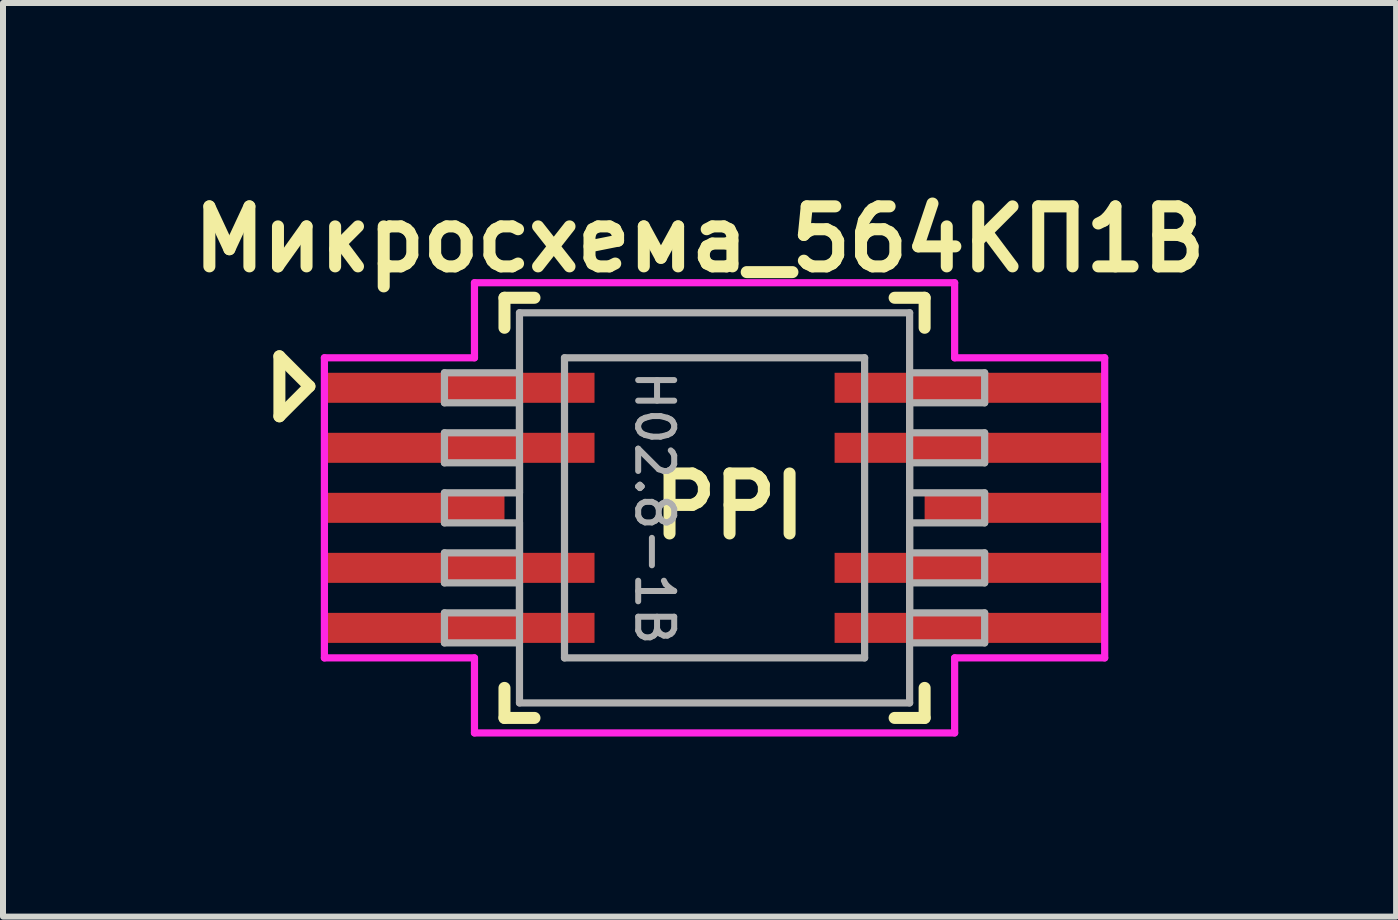
<source format=kicad_pcb>
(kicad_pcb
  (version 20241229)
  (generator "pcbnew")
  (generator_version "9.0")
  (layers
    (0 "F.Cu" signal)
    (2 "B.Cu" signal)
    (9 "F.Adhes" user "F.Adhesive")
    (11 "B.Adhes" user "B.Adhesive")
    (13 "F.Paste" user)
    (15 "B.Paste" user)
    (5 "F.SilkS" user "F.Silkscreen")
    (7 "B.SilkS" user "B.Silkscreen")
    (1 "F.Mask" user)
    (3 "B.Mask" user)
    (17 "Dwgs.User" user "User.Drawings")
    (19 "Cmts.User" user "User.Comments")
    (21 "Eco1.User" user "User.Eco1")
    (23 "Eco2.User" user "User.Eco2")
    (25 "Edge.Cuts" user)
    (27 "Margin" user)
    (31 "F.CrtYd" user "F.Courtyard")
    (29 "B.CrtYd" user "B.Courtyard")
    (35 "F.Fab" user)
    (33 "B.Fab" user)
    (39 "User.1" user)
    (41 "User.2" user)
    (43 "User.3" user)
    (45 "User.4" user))
  (footprint "Микросхема_564КП1В"
    (layer "F.Cu")
    (at 8.855 5.411)
    (property "Reference" "Микросхема_564КП1В" (at -0.25 -4.475 180) (layer "F.SilkS") (effects (font (size 1 1) (thickness 0.2))))
    (attr through_hole)
    (fp_line (start -7.25 -2.525) (end -7.25 -1.525) (stroke (width 0.2) (type solid)) (layer "F.SilkS"))
    (fp_line (start -6.75 -2.025) (end -7.25 -2.525) (stroke (width 0.2) (type solid)) (layer "F.SilkS"))
    (fp_line (start -6.75 -2.025) (end -7.25 -1.525) (stroke (width 0.2) (type solid)) (layer "F.SilkS"))
    (fp_line (start -3.5 -3.5) (end -3 -3.5) (stroke (width 0.2) (type solid)) (layer "F.SilkS"))
    (fp_line (start -3.5 -3) (end -3.5 -3.5) (stroke (width 0.2) (type solid)) (layer "F.SilkS"))
    (fp_line (start -3.5 3) (end -3.5 3.5) (stroke (width 0.2) (type solid)) (layer "F.SilkS"))
    (fp_line (start -3.5 3.5) (end -3 3.5) (stroke (width 0.2) (type solid)) (layer "F.SilkS"))
    (fp_line (start 3 -3.5) (end 3.5 -3.5) (stroke (width 0.2) (type solid)) (layer "F.SilkS"))
    (fp_line (start 3.5 -3.5) (end 3.5 -3) (stroke (width 0.2) (type solid)) (layer "F.SilkS"))
    (fp_line (start 3.5 3) (end 3.5 3.5) (stroke (width 0.2) (type solid)) (layer "F.SilkS"))
    (fp_line (start 3.5 3.5) (end 3 3.5) (stroke (width 0.2) (type solid)) (layer "F.SilkS"))
    (fp_line (start -6.5 -2.5) (end -4 -2.5) (stroke (width 0.12) (type solid)) (layer "F.CrtYd"))
    (fp_line (start -6.5 2.5) (end -6.5 -2.5) (stroke (width 0.12) (type solid)) (layer "F.CrtYd"))
    (fp_line (start -4 -3.75) (end 4 -3.75) (stroke (width 0.12) (type solid)) (layer "F.CrtYd"))
    (fp_line (start -4 -2.5) (end -4 -3.75) (stroke (width 0.12) (type solid)) (layer "F.CrtYd"))
    (fp_line (start -4 2.5) (end -6.5 2.5) (stroke (width 0.12) (type solid)) (layer "F.CrtYd"))
    (fp_line (start -4 3.75) (end -4 2.5) (stroke (width 0.12) (type solid)) (layer "F.CrtYd"))
    (fp_line (start 4 -3.75) (end 4 -2.5) (stroke (width 0.12) (type solid)) (layer "F.CrtYd"))
    (fp_line (start 4 -2.5) (end 6.5 -2.5) (stroke (width 0.12) (type solid)) (layer "F.CrtYd"))
    (fp_line (start 4 2.5) (end 4 3.75) (stroke (width 0.12) (type solid)) (layer "F.CrtYd"))
    (fp_line (start 4 3.75) (end -4 3.75) (stroke (width 0.12) (type solid)) (layer "F.CrtYd"))
    (fp_line (start 6.5 -2.5) (end 6.5 2.5) (stroke (width 0.12) (type solid)) (layer "F.CrtYd"))
    (fp_line (start 6.5 2.5) (end 4 2.5) (stroke (width 0.12) (type solid)) (layer "F.CrtYd"))
    (fp_line (start -4.5 -2.25) (end -3.25 -2.25) (stroke (width 0.12) (type solid)) (layer "F.Fab"))
    (fp_line (start -4.5 -1.75) (end -4.5 -2.25) (stroke (width 0.12) (type solid)) (layer "F.Fab"))
    (fp_line (start -4.5 -1.75) (end -3.25 -1.75) (stroke (width 0.12) (type solid)) (layer "F.Fab"))
    (fp_line (start -4.5 -1.25) (end -3.25 -1.25) (stroke (width 0.12) (type solid)) (layer "F.Fab"))
    (fp_line (start -4.5 -0.75) (end -4.5 -1.25) (stroke (width 0.12) (type solid)) (layer "F.Fab"))
    (fp_line (start -4.5 -0.75) (end -3.25 -0.75) (stroke (width 0.12) (type solid)) (layer "F.Fab"))
    (fp_line (start -4.5 -0.25) (end -3.25 -0.25) (stroke (width 0.12) (type solid)) (layer "F.Fab"))
    (fp_line (start -4.5 0.25) (end -4.5 -0.25) (stroke (width 0.12) (type solid)) (layer "F.Fab"))
    (fp_line (start -4.5 0.25) (end -3.25 0.25) (stroke (width 0.12) (type solid)) (layer "F.Fab"))
    (fp_line (start -4.5 0.75) (end -3.25 0.75) (stroke (width 0.12) (type solid)) (layer "F.Fab"))
    (fp_line (start -4.5 1.25) (end -4.5 0.75) (stroke (width 0.12) (type solid)) (layer "F.Fab"))
    (fp_line (start -4.5 1.25) (end -3.25 1.25) (stroke (width 0.12) (type solid)) (layer "F.Fab"))
    (fp_line (start -4.5 1.75) (end -3.25 1.75) (stroke (width 0.12) (type solid)) (layer "F.Fab"))
    (fp_line (start -4.5 2.25) (end -4.5 1.75) (stroke (width 0.12) (type solid)) (layer "F.Fab"))
    (fp_line (start -4.5 2.25) (end -3.25 2.25) (stroke (width 0.12) (type solid)) (layer "F.Fab"))
    (fp_line (start -3.25 -3.25) (end 3.25 -3.25) (stroke (width 0.12) (type solid)) (layer "F.Fab"))
    (fp_line (start -3.25 -1.25) (end -3.25 -1.75) (stroke (width 0.12) (type solid)) (layer "F.Fab"))
    (fp_line (start -3.25 -0.25) (end -3.25 -0.75) (stroke (width 0.12) (type solid)) (layer "F.Fab"))
    (fp_line (start -3.25 0.75) (end -3.25 0.25) (stroke (width 0.12) (type solid)) (layer "F.Fab"))
    (fp_line (start -3.25 1.75) (end -3.25 1.25) (stroke (width 0.12) (type solid)) (layer "F.Fab"))
    (fp_line (start -3.25 3.25) (end -3.25 -3.25) (stroke (width 0.12) (type solid)) (layer "F.Fab"))
    (fp_line (start -2.5 -2.5) (end -2.5 2.5) (stroke (width 0.12) (type solid)) (layer "F.Fab"))
    (fp_line (start -2.5 -2.5) (end 2.5 -2.5) (stroke (width 0.12) (type solid)) (layer "F.Fab"))
    (fp_line (start 2.5 -2.5) (end 2.5 2.5) (stroke (width 0.12) (type solid)) (layer "F.Fab"))
    (fp_line (start 2.5 2.5) (end -2.5 2.5) (stroke (width 0.12) (type solid)) (layer "F.Fab"))
    (fp_line (start 3.25 -2.25) (end 4.5 -2.25) (stroke (width 0.12) (type solid)) (layer "F.Fab"))
    (fp_line (start 3.25 -1.75) (end 4.5 -1.75) (stroke (width 0.12) (type solid)) (layer "F.Fab"))
    (fp_line (start 3.25 -1.25) (end 3.25 -1.75) (stroke (width 0.12) (type solid)) (layer "F.Fab"))
    (fp_line (start 3.25 -1.25) (end 4.5 -1.25) (stroke (width 0.12) (type solid)) (layer "F.Fab"))
    (fp_line (start 3.25 -0.75) (end 4.5 -0.75) (stroke (width 0.12) (type solid)) (layer "F.Fab"))
    (fp_line (start 3.25 -0.25) (end 3.25 -0.75) (stroke (width 0.12) (type solid)) (layer "F.Fab"))
    (fp_line (start 3.25 -0.25) (end 4.5 -0.25) (stroke (width 0.12) (type solid)) (layer "F.Fab"))
    (fp_line (start 3.25 0.25) (end 4.5 0.25) (stroke (width 0.12) (type solid)) (layer "F.Fab"))
    (fp_line (start 3.25 0.75) (end 3.25 0.25) (stroke (width 0.12) (type solid)) (layer "F.Fab"))
    (fp_line (start 3.25 0.75) (end 4.5 0.75) (stroke (width 0.12) (type solid)) (layer "F.Fab"))
    (fp_line (start 3.25 1.25) (end 4.5 1.25) (stroke (width 0.12) (type solid)) (layer "F.Fab"))
    (fp_line (start 3.25 1.75) (end 3.25 1.25) (stroke (width 0.12) (type solid)) (layer "F.Fab"))
    (fp_line (start 3.25 1.75) (end 4.5 1.75) (stroke (width 0.12) (type solid)) (layer "F.Fab"))
    (fp_line (start 3.25 2.25) (end 4.5 2.25) (stroke (width 0.12) (type solid)) (layer "F.Fab"))
    (fp_line (start 3.25 3.25) (end -3.25 3.25) (stroke (width 0.12) (type solid)) (layer "F.Fab"))
    (fp_line (start 3.25 3.25) (end 3.25 -3.25) (stroke (width 0.12) (type solid)) (layer "F.Fab"))
    (fp_line (start 4.5 -1.75) (end 4.5 -2.25) (stroke (width 0.12) (type solid)) (layer "F.Fab"))
    (fp_line (start 4.5 -0.75) (end 4.5 -1.25) (stroke (width 0.12) (type solid)) (layer "F.Fab"))
    (fp_line (start 4.5 0.25) (end 4.5 -0.25) (stroke (width 0.12) (type solid)) (layer "F.Fab"))
    (fp_line (start 4.5 1.25) (end 4.5 0.75) (stroke (width 0.12) (type solid)) (layer "F.Fab"))
    (fp_line (start 4.5 2.25) (end 4.5 1.75) (stroke (width 0.12) (type solid)) (layer "F.Fab"))
    (fp_text user "PPI" (at 0.25 -0.025 0) (layer "F.SilkS") (effects (font (size 1 1) (thickness 0.2))))
    (fp_text user "H02.8-1B" (at -1 0 270) (unlocked yes) (layer "F.Fab") (effects (font (size 0.6 0.6) (thickness 0.1))))
    (pad "" smd rect (at -5 0) (size 3 0.5) (layers "F.Cu" "F.Mask" "F.Paste"))
    (pad "" smd rect (at 5 0) (size 3 0.5) (layers "F.Cu" "F.Mask" "F.Paste"))
    (pad "1" smd rect (at -4.25 -2) (size 4.5 0.5) (layers "F.Cu" "F.Mask" "F.Paste"))
    (pad "2" smd rect (at -4.25 -1) (size 4.5 0.5) (layers "F.Cu" "F.Mask" "F.Paste"))
    (pad "3" smd rect (at -4.25 1) (size 4.5 0.5) (layers "F.Cu" "F.Mask" "F.Paste"))
    (pad "4" smd rect (at -4.25 2) (size 4.5 0.5) (layers "F.Cu" "F.Mask" "F.Paste"))
    (pad "5" smd rect (at 4.25 2) (size 4.5 0.5) (layers "F.Cu" "F.Mask" "F.Paste"))
    (pad "6" smd rect (at 4.25 1) (size 4.5 0.5) (layers "F.Cu" "F.Mask" "F.Paste"))
    (pad "7" smd rect (at 4.25 -1) (size 4.5 0.5) (layers "F.Cu" "F.Mask" "F.Paste"))
    (pad "8" smd rect (at 4.25 -2) (size 4.5 0.5) (layers "F.Cu" "F.Mask" "F.Paste")))
  (gr_rect
    (start -3 -3)
    (end 20.21 12.221)
    (stroke (width 0.1) (type default))
    (fill no)
    (layer "Edge.Cuts")))
</source>
